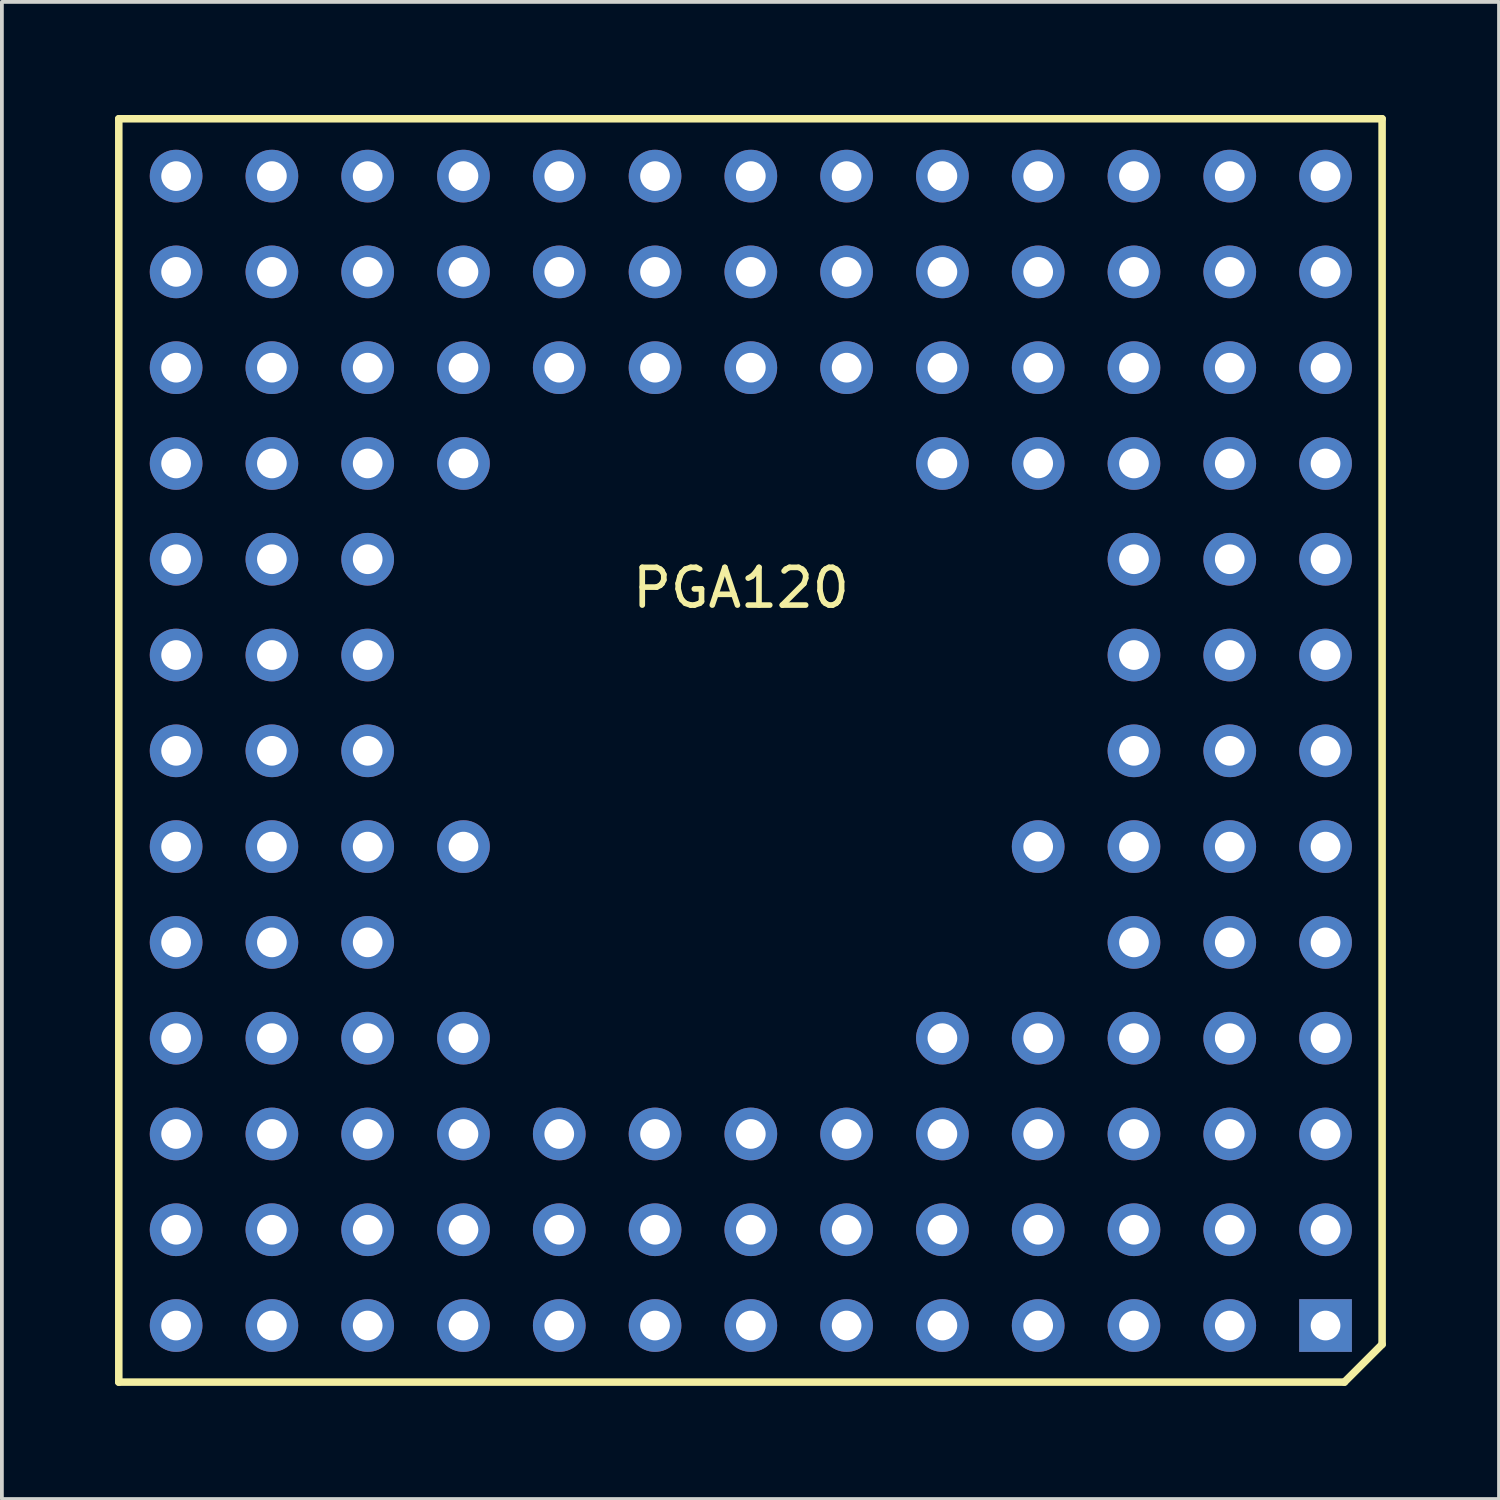
<source format=kicad_pcb>
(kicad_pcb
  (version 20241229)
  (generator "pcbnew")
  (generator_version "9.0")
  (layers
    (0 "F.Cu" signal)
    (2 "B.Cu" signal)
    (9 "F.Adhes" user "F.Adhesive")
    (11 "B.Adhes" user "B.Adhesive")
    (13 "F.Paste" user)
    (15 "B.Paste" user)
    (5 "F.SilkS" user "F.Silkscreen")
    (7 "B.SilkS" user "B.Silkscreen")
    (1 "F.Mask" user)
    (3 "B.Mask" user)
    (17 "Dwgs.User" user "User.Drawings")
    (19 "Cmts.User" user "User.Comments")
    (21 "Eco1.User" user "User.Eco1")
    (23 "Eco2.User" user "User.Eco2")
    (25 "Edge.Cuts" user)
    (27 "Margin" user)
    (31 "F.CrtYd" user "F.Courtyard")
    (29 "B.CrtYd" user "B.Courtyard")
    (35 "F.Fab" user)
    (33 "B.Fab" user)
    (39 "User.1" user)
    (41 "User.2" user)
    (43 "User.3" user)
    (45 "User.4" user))
  (footprint "PGA120"
    (layer "F.Cu")
    (at 16.6 16.35)
    (property "Reference" "PGA120" (at 0 -3.81 0) (layer "F.SilkS") (effects (font (size 1 1) (thickness 0.15))))
    (fp_line (start -16.5 -16.25) (end -16.5 17.25) (stroke (width 0.2) (type solid)) (layer "F.SilkS"))
    (fp_line (start -16.5 17.25) (end 16 17.25) (stroke (width 0.2) (type solid)) (layer "F.SilkS"))
    (fp_line (start 16 17.25) (end 17 16.25) (stroke (width 0.2) (type solid)) (layer "F.SilkS"))
    (fp_line (start 17 -16.25) (end -16.5 -16.25) (stroke (width 0.2) (type solid)) (layer "F.SilkS"))
    (fp_line (start 17 16.25) (end 17 -16.25) (stroke (width 0.2) (type solid)) (layer "F.SilkS"))
    (pad "A1" thru_hole rect (at 15.5 15.75 180) (size 1.397 1.397) (drill 0.787) (layers "*.Cu" "*.Mask"))
    (pad "A2" thru_hole circle (at 12.96 15.75 180) (size 1.397 1.397) (drill 0.787) (layers "*.Cu" "*.Mask"))
    (pad "A3" thru_hole circle (at 10.42 15.75 180) (size 1.397 1.397) (drill 0.787) (layers "*.Cu" "*.Mask"))
    (pad "A4" thru_hole circle (at 7.88 15.75 180) (size 1.397 1.397) (drill 0.787) (layers "*.Cu" "*.Mask"))
    (pad "A5" thru_hole circle (at 5.34 15.75 180) (size 1.397 1.397) (drill 0.787) (layers "*.Cu" "*.Mask"))
    (pad "A6" thru_hole circle (at 2.8 15.75 180) (size 1.397 1.397) (drill 0.787) (layers "*.Cu" "*.Mask"))
    (pad "A7" thru_hole circle (at 0.26 15.75 180) (size 1.397 1.397) (drill 0.787) (layers "*.Cu" "*.Mask"))
    (pad "A8" thru_hole circle (at -2.28 15.75 180) (size 1.397 1.397) (drill 0.787) (layers "*.Cu" "*.Mask"))
    (pad "A9" thru_hole circle (at -4.82 15.75 180) (size 1.397 1.397) (drill 0.787) (layers "*.Cu" "*.Mask"))
    (pad "A10" thru_hole circle (at -7.36 15.75 180) (size 1.397 1.397) (drill 0.787) (layers "*.Cu" "*.Mask"))
    (pad "A11" thru_hole circle (at -9.9 15.75 180) (size 1.397 1.397) (drill 0.787) (layers "*.Cu" "*.Mask"))
    (pad "A12" thru_hole circle (at -12.44 15.75 180) (size 1.397 1.397) (drill 0.787) (layers "*.Cu" "*.Mask"))
    (pad "A13" thru_hole circle (at -14.98 15.75 180) (size 1.397 1.397) (drill 0.787) (layers "*.Cu" "*.Mask"))
    (pad "B1" thru_hole circle (at 15.5 13.21 180) (size 1.397 1.397) (drill 0.787) (layers "*.Cu" "*.Mask"))
    (pad "B2" thru_hole circle (at 12.96 13.21 180) (size 1.397 1.397) (drill 0.787) (layers "*.Cu" "*.Mask"))
    (pad "B3" thru_hole circle (at 10.42 13.21 180) (size 1.397 1.397) (drill 0.787) (layers "*.Cu" "*.Mask"))
    (pad "B4" thru_hole circle (at 7.88 13.21 180) (size 1.397 1.397) (drill 0.787) (layers "*.Cu" "*.Mask"))
    (pad "B5" thru_hole circle (at 5.34 13.21 180) (size 1.397 1.397) (drill 0.787) (layers "*.Cu" "*.Mask"))
    (pad "B6" thru_hole circle (at 2.8 13.21 180) (size 1.397 1.397) (drill 0.787) (layers "*.Cu" "*.Mask"))
    (pad "B7" thru_hole circle (at 0.26 13.21 180) (size 1.397 1.397) (drill 0.787) (layers "*.Cu" "*.Mask"))
    (pad "B8" thru_hole circle (at -2.28 13.21 180) (size 1.397 1.397) (drill 0.787) (layers "*.Cu" "*.Mask"))
    (pad "B9" thru_hole circle (at -4.82 13.21 180) (size 1.397 1.397) (drill 0.787) (layers "*.Cu" "*.Mask"))
    (pad "B10" thru_hole circle (at -7.36 13.21 180) (size 1.397 1.397) (drill 0.787) (layers "*.Cu" "*.Mask"))
    (pad "B11" thru_hole circle (at -9.9 13.21 180) (size 1.397 1.397) (drill 0.787) (layers "*.Cu" "*.Mask"))
    (pad "B12" thru_hole circle (at -12.44 13.21 180) (size 1.397 1.397) (drill 0.787) (layers "*.Cu" "*.Mask"))
    (pad "B13" thru_hole circle (at -14.98 13.21 180) (size 1.397 1.397) (drill 0.787) (layers "*.Cu" "*.Mask"))
    (pad "C1" thru_hole circle (at 15.5 10.67 180) (size 1.397 1.397) (drill 0.787) (layers "*.Cu" "*.Mask"))
    (pad "C2" thru_hole circle (at 12.96 10.67 180) (size 1.397 1.397) (drill 0.787) (layers "*.Cu" "*.Mask"))
    (pad "C3" thru_hole circle (at 10.42 10.67 180) (size 1.397 1.397) (drill 0.787) (layers "*.Cu" "*.Mask"))
    (pad "C4" thru_hole circle (at 7.88 10.67 180) (size 1.397 1.397) (drill 0.787) (layers "*.Cu" "*.Mask"))
    (pad "C5" thru_hole circle (at 5.34 10.67 180) (size 1.397 1.397) (drill 0.787) (layers "*.Cu" "*.Mask"))
    (pad "C6" thru_hole circle (at 2.8 10.67 180) (size 1.397 1.397) (drill 0.787) (layers "*.Cu" "*.Mask"))
    (pad "C7" thru_hole circle (at 0.26 10.67 180) (size 1.397 1.397) (drill 0.787) (layers "*.Cu" "*.Mask"))
    (pad "C8" thru_hole circle (at -2.28 10.67 180) (size 1.397 1.397) (drill 0.787) (layers "*.Cu" "*.Mask"))
    (pad "C9" thru_hole circle (at -4.82 10.67 180) (size 1.397 1.397) (drill 0.787) (layers "*.Cu" "*.Mask"))
    (pad "C10" thru_hole circle (at -7.36 10.67 180) (size 1.397 1.397) (drill 0.787) (layers "*.Cu" "*.Mask"))
    (pad "C11" thru_hole circle (at -9.9 10.67 180) (size 1.397 1.397) (drill 0.787) (layers "*.Cu" "*.Mask"))
    (pad "C12" thru_hole circle (at -12.44 10.67 180) (size 1.397 1.397) (drill 0.787) (layers "*.Cu" "*.Mask"))
    (pad "C13" thru_hole circle (at -14.98 10.67 180) (size 1.397 1.397) (drill 0.787) (layers "*.Cu" "*.Mask"))
    (pad "D1" thru_hole circle (at 15.5 8.13 180) (size 1.397 1.397) (drill 0.787) (layers "*.Cu" "*.Mask"))
    (pad "D2" thru_hole circle (at 12.96 8.13 180) (size 1.397 1.397) (drill 0.787) (layers "*.Cu" "*.Mask"))
    (pad "D3" thru_hole circle (at 10.42 8.13 180) (size 1.397 1.397) (drill 0.787) (layers "*.Cu" "*.Mask"))
    (pad "D4" thru_hole circle (at 7.88 8.13 180) (size 1.397 1.397) (drill 0.787) (layers "*.Cu" "*.Mask"))
    (pad "D5" thru_hole circle (at 5.34 8.13 180) (size 1.397 1.397) (drill 0.787) (layers "*.Cu" "*.Mask"))
    (pad "D10" thru_hole circle (at -7.36 8.13 180) (size 1.397 1.397) (drill 0.787) (layers "*.Cu" "*.Mask"))
    (pad "D11" thru_hole circle (at -9.9 8.13 180) (size 1.397 1.397) (drill 0.787) (layers "*.Cu" "*.Mask"))
    (pad "D12" thru_hole circle (at -12.44 8.13 180) (size 1.397 1.397) (drill 0.787) (layers "*.Cu" "*.Mask"))
    (pad "D13" thru_hole circle (at -14.98 8.13 180) (size 1.397 1.397) (drill 0.787) (layers "*.Cu" "*.Mask"))
    (pad "E1" thru_hole circle (at 15.5 5.59 180) (size 1.397 1.397) (drill 0.787) (layers "*.Cu" "*.Mask"))
    (pad "E2" thru_hole circle (at 12.96 5.59 180) (size 1.397 1.397) (drill 0.787) (layers "*.Cu" "*.Mask"))
    (pad "E3" thru_hole circle (at 10.42 5.59 180) (size 1.397 1.397) (drill 0.787) (layers "*.Cu" "*.Mask"))
    (pad "E11" thru_hole circle (at -9.9 5.59 180) (size 1.397 1.397) (drill 0.787) (layers "*.Cu" "*.Mask"))
    (pad "E12" thru_hole circle (at -12.44 5.59 180) (size 1.397 1.397) (drill 0.787) (layers "*.Cu" "*.Mask"))
    (pad "E13" thru_hole circle (at -14.98 5.59 180) (size 1.397 1.397) (drill 0.787) (layers "*.Cu" "*.Mask"))
    (pad "F1" thru_hole circle (at 15.5 3.05 180) (size 1.397 1.397) (drill 0.787) (layers "*.Cu" "*.Mask"))
    (pad "F2" thru_hole circle (at 12.96 3.05 180) (size 1.397 1.397) (drill 0.787) (layers "*.Cu" "*.Mask"))
    (pad "F3" thru_hole circle (at 10.42 3.05 180) (size 1.397 1.397) (drill 0.787) (layers "*.Cu" "*.Mask"))
    (pad "F4" thru_hole circle (at 7.88 3.05 180) (size 1.397 1.397) (drill 0.787) (layers "*.Cu" "*.Mask"))
    (pad "F10" thru_hole circle (at -7.36 3.05 180) (size 1.397 1.397) (drill 0.787) (layers "*.Cu" "*.Mask"))
    (pad "F11" thru_hole circle (at -9.9 3.05 180) (size 1.397 1.397) (drill 0.787) (layers "*.Cu" "*.Mask"))
    (pad "F12" thru_hole circle (at -12.44 3.05 180) (size 1.397 1.397) (drill 0.787) (layers "*.Cu" "*.Mask"))
    (pad "F13" thru_hole circle (at -14.98 3.05 180) (size 1.397 1.397) (drill 0.787) (layers "*.Cu" "*.Mask"))
    (pad "G1" thru_hole circle (at 15.5 0.51 180) (size 1.397 1.397) (drill 0.787) (layers "*.Cu" "*.Mask"))
    (pad "G2" thru_hole circle (at 12.96 0.51 180) (size 1.397 1.397) (drill 0.787) (layers "*.Cu" "*.Mask"))
    (pad "G3" thru_hole circle (at 10.42 0.51 180) (size 1.397 1.397) (drill 0.787) (layers "*.Cu" "*.Mask"))
    (pad "G11" thru_hole circle (at -9.9 0.51 180) (size 1.397 1.397) (drill 0.787) (layers "*.Cu" "*.Mask"))
    (pad "G12" thru_hole circle (at -12.44 0.51 180) (size 1.397 1.397) (drill 0.787) (layers "*.Cu" "*.Mask"))
    (pad "G13" thru_hole circle (at -14.98 0.51 180) (size 1.397 1.397) (drill 0.787) (layers "*.Cu" "*.Mask"))
    (pad "H1" thru_hole circle (at 15.5 -2.03 180) (size 1.397 1.397) (drill 0.787) (layers "*.Cu" "*.Mask"))
    (pad "H2" thru_hole circle (at 12.96 -2.03 180) (size 1.397 1.397) (drill 0.787) (layers "*.Cu" "*.Mask"))
    (pad "H3" thru_hole circle (at 10.42 -2.03 180) (size 1.397 1.397) (drill 0.787) (layers "*.Cu" "*.Mask"))
    (pad "H11" thru_hole circle (at -9.9 -2.03 180) (size 1.397 1.397) (drill 0.787) (layers "*.Cu" "*.Mask"))
    (pad "H12" thru_hole circle (at -12.44 -2.03 180) (size 1.397 1.397) (drill 0.787) (layers "*.Cu" "*.Mask"))
    (pad "H13" thru_hole circle (at -14.98 -2.03 180) (size 1.397 1.397) (drill 0.787) (layers "*.Cu" "*.Mask"))
    (pad "J1" thru_hole circle (at 15.5 -4.57 180) (size 1.397 1.397) (drill 0.787) (layers "*.Cu" "*.Mask"))
    (pad "J2" thru_hole circle (at 12.96 -4.57 180) (size 1.397 1.397) (drill 0.787) (layers "*.Cu" "*.Mask"))
    (pad "J3" thru_hole circle (at 10.42 -4.57 180) (size 1.397 1.397) (drill 0.787) (layers "*.Cu" "*.Mask"))
    (pad "J11" thru_hole circle (at -9.9 -4.57 180) (size 1.397 1.397) (drill 0.787) (layers "*.Cu" "*.Mask"))
    (pad "J12" thru_hole circle (at -12.44 -4.57 180) (size 1.397 1.397) (drill 0.787) (layers "*.Cu" "*.Mask"))
    (pad "J13" thru_hole circle (at -14.98 -4.57 180) (size 1.397 1.397) (drill 0.787) (layers "*.Cu" "*.Mask"))
    (pad "K1" thru_hole circle (at 15.5 -7.11 180) (size 1.397 1.397) (drill 0.787) (layers "*.Cu" "*.Mask"))
    (pad "K2" thru_hole circle (at 12.96 -7.11 180) (size 1.397 1.397) (drill 0.787) (layers "*.Cu" "*.Mask"))
    (pad "K3" thru_hole circle (at 10.42 -7.11 180) (size 1.397 1.397) (drill 0.787) (layers "*.Cu" "*.Mask"))
    (pad "K4" thru_hole circle (at 7.88 -7.11 180) (size 1.397 1.397) (drill 0.787) (layers "*.Cu" "*.Mask"))
    (pad "K5" thru_hole circle (at 5.34 -7.11 180) (size 1.397 1.397) (drill 0.787) (layers "*.Cu" "*.Mask"))
    (pad "K10" thru_hole circle (at -7.36 -7.11 180) (size 1.397 1.397) (drill 0.787) (layers "*.Cu" "*.Mask"))
    (pad "K11" thru_hole circle (at -9.9 -7.11 180) (size 1.397 1.397) (drill 0.787) (layers "*.Cu" "*.Mask"))
    (pad "K12" thru_hole circle (at -12.44 -7.11 180) (size 1.397 1.397) (drill 0.787) (layers "*.Cu" "*.Mask"))
    (pad "K13" thru_hole circle (at -14.98 -7.11 180) (size 1.397 1.397) (drill 0.787) (layers "*.Cu" "*.Mask"))
    (pad "L1" thru_hole circle (at 15.5 -9.65 180) (size 1.397 1.397) (drill 0.787) (layers "*.Cu" "*.Mask"))
    (pad "L2" thru_hole circle (at 12.96 -9.65 180) (size 1.397 1.397) (drill 0.787) (layers "*.Cu" "*.Mask"))
    (pad "L3" thru_hole circle (at 10.42 -9.65 180) (size 1.397 1.397) (drill 0.787) (layers "*.Cu" "*.Mask"))
    (pad "L4" thru_hole circle (at 7.88 -9.65 180) (size 1.397 1.397) (drill 0.787) (layers "*.Cu" "*.Mask"))
    (pad "L5" thru_hole circle (at 5.34 -9.65 180) (size 1.397 1.397) (drill 0.787) (layers "*.Cu" "*.Mask"))
    (pad "L6" thru_hole circle (at 2.8 -9.65 180) (size 1.397 1.397) (drill 0.787) (layers "*.Cu" "*.Mask"))
    (pad "L7" thru_hole circle (at 0.26 -9.65 180) (size 1.397 1.397) (drill 0.787) (layers "*.Cu" "*.Mask"))
    (pad "L8" thru_hole circle (at -2.28 -9.65 180) (size 1.397 1.397) (drill 0.787) (layers "*.Cu" "*.Mask"))
    (pad "L9" thru_hole circle (at -4.82 -9.65 180) (size 1.397 1.397) (drill 0.787) (layers "*.Cu" "*.Mask"))
    (pad "L10" thru_hole circle (at -7.36 -9.65 180) (size 1.397 1.397) (drill 0.787) (layers "*.Cu" "*.Mask"))
    (pad "L11" thru_hole circle (at -9.9 -9.65 180) (size 1.397 1.397) (drill 0.787) (layers "*.Cu" "*.Mask"))
    (pad "L12" thru_hole circle (at -12.44 -9.65 180) (size 1.397 1.397) (drill 0.787) (layers "*.Cu" "*.Mask"))
    (pad "L13" thru_hole circle (at -14.98 -9.65 180) (size 1.397 1.397) (drill 0.787) (layers "*.Cu" "*.Mask"))
    (pad "M1" thru_hole circle (at 15.5 -12.19 180) (size 1.397 1.397) (drill 0.787) (layers "*.Cu" "*.Mask"))
    (pad "M2" thru_hole circle (at 12.96 -12.19 180) (size 1.397 1.397) (drill 0.787) (layers "*.Cu" "*.Mask"))
    (pad "M3" thru_hole circle (at 10.42 -12.19 180) (size 1.397 1.397) (drill 0.787) (layers "*.Cu" "*.Mask"))
    (pad "M4" thru_hole circle (at 7.88 -12.19 180) (size 1.397 1.397) (drill 0.787) (layers "*.Cu" "*.Mask"))
    (pad "M5" thru_hole circle (at 5.34 -12.19 180) (size 1.397 1.397) (drill 0.787) (layers "*.Cu" "*.Mask"))
    (pad "M6" thru_hole circle (at 2.8 -12.19 180) (size 1.397 1.397) (drill 0.787) (layers "*.Cu" "*.Mask"))
    (pad "M7" thru_hole circle (at 0.26 -12.19 180) (size 1.397 1.397) (drill 0.787) (layers "*.Cu" "*.Mask"))
    (pad "M8" thru_hole circle (at -2.28 -12.19 180) (size 1.397 1.397) (drill 0.787) (layers "*.Cu" "*.Mask"))
    (pad "M9" thru_hole circle (at -4.82 -12.19 180) (size 1.397 1.397) (drill 0.787) (layers "*.Cu" "*.Mask"))
    (pad "M10" thru_hole circle (at -7.36 -12.19 180) (size 1.397 1.397) (drill 0.787) (layers "*.Cu" "*.Mask"))
    (pad "M11" thru_hole circle (at -9.9 -12.19 180) (size 1.397 1.397) (drill 0.787) (layers "*.Cu" "*.Mask"))
    (pad "M12" thru_hole circle (at -12.44 -12.19 180) (size 1.397 1.397) (drill 0.787) (layers "*.Cu" "*.Mask"))
    (pad "M13" thru_hole circle (at -14.98 -12.19 180) (size 1.397 1.397) (drill 0.787) (layers "*.Cu" "*.Mask"))
    (pad "N1" thru_hole circle (at 15.5 -14.73 180) (size 1.397 1.397) (drill 0.787) (layers "*.Cu" "*.Mask"))
    (pad "N2" thru_hole circle (at 12.96 -14.73 180) (size 1.397 1.397) (drill 0.787) (layers "*.Cu" "*.Mask"))
    (pad "N3" thru_hole circle (at 10.42 -14.73 180) (size 1.397 1.397) (drill 0.787) (layers "*.Cu" "*.Mask"))
    (pad "N4" thru_hole circle (at 7.88 -14.73 180) (size 1.397 1.397) (drill 0.787) (layers "*.Cu" "*.Mask"))
    (pad "N5" thru_hole circle (at 5.34 -14.73 180) (size 1.397 1.397) (drill 0.787) (layers "*.Cu" "*.Mask"))
    (pad "N6" thru_hole circle (at 2.8 -14.73 180) (size 1.397 1.397) (drill 0.787) (layers "*.Cu" "*.Mask"))
    (pad "N7" thru_hole circle (at 0.26 -14.73 180) (size 1.397 1.397) (drill 0.787) (layers "*.Cu" "*.Mask"))
    (pad "N8" thru_hole circle (at -2.28 -14.73 180) (size 1.397 1.397) (drill 0.787) (layers "*.Cu" "*.Mask"))
    (pad "N9" thru_hole circle (at -4.82 -14.73 180) (size 1.397 1.397) (drill 0.787) (layers "*.Cu" "*.Mask"))
    (pad "N10" thru_hole circle (at -7.36 -14.73 180) (size 1.397 1.397) (drill 0.787) (layers "*.Cu" "*.Mask"))
    (pad "N11" thru_hole circle (at -9.9 -14.73 180) (size 1.397 1.397) (drill 0.787) (layers "*.Cu" "*.Mask"))
    (pad "N12" thru_hole circle (at -12.44 -14.73 180) (size 1.397 1.397) (drill 0.787) (layers "*.Cu" "*.Mask"))
    (pad "N13" thru_hole circle (at -14.98 -14.73 180) (size 1.397 1.397) (drill 0.787) (layers "*.Cu" "*.Mask")))
  (gr_rect
    (start -3 -3)
    (end 36.7 36.7)
    (stroke (width 0.1) (type default))
    (fill no)
    (layer "Edge.Cuts")))
</source>
